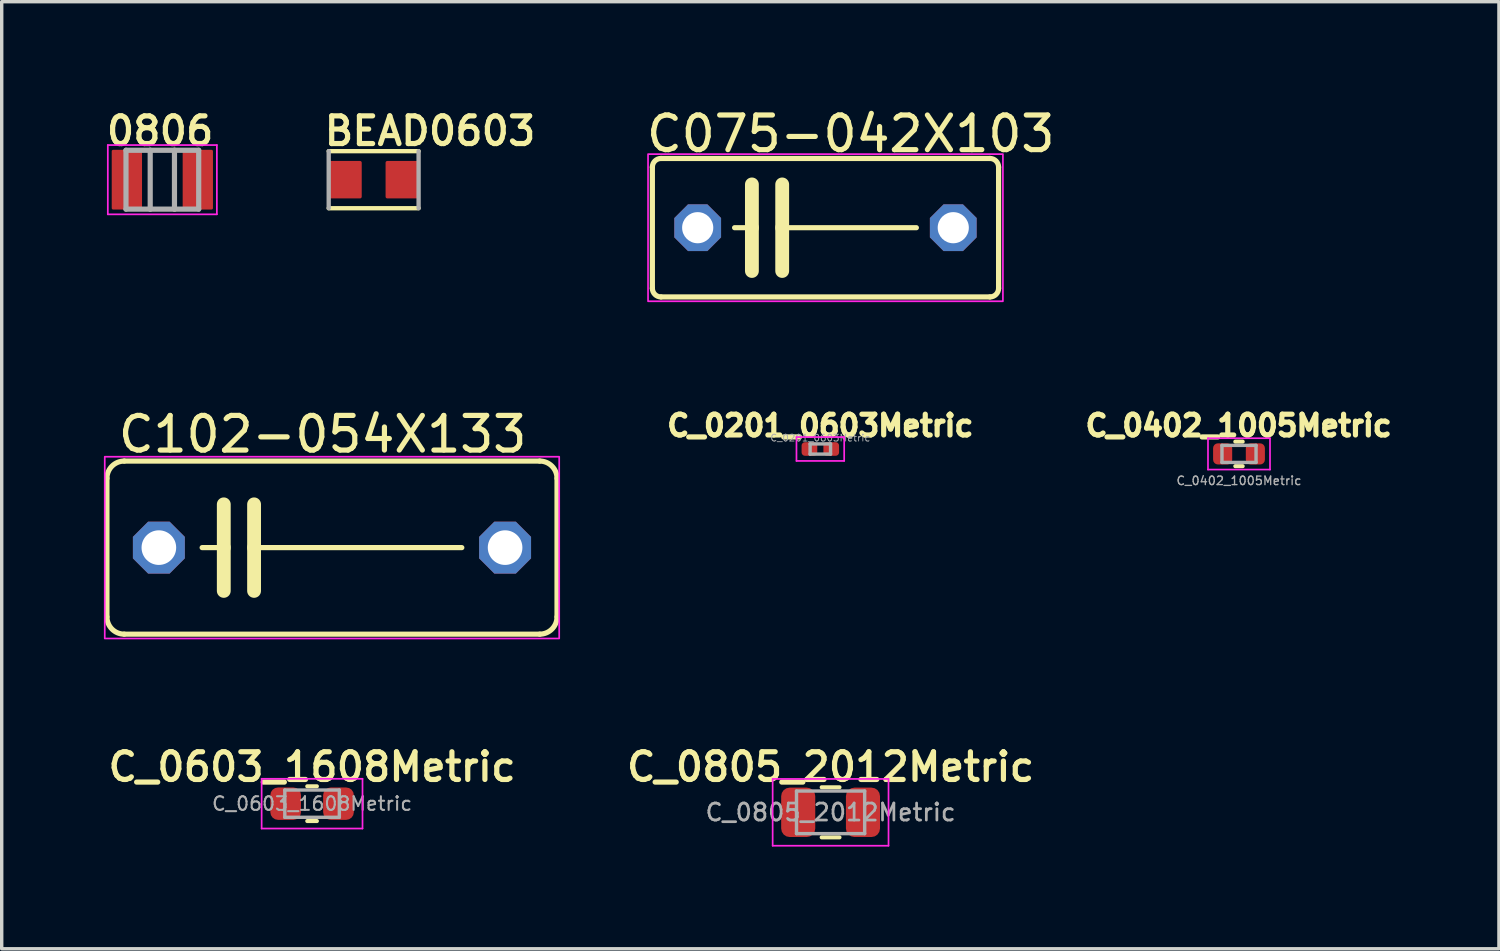
<source format=kicad_pcb>
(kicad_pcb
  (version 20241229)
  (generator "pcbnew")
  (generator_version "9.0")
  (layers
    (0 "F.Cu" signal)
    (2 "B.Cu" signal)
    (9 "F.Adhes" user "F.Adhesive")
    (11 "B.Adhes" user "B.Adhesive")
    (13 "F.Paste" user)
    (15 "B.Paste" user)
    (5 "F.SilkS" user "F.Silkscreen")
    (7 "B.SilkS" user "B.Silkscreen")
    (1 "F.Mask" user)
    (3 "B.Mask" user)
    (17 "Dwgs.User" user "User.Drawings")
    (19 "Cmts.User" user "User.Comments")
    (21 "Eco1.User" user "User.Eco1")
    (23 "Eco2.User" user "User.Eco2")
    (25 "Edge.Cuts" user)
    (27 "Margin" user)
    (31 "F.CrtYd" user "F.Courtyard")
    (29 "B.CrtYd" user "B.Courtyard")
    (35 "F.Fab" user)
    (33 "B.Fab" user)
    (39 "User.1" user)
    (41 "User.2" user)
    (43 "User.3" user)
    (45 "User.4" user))
  (footprint "C_0201_0603Metric"
    (layer "F.Cu")
    (at 21.023 10.126)
    (property "Reference" "C_0201_0603Metric" (at 0 -0.686 0) (layer "F.SilkS") (effects (font (size 0.61 0.61) (thickness 0.152) (bold yes))))
    (attr smd)
    (fp_line (start -0.7 -0.35) (end 0.7 -0.35) (stroke (width 0.05) (type solid)) (layer "F.CrtYd"))
    (fp_line (start -0.7 0.35) (end -0.7 -0.35) (stroke (width 0.05) (type solid)) (layer "F.CrtYd"))
    (fp_line (start 0.7 -0.35) (end 0.7 0.35) (stroke (width 0.05) (type solid)) (layer "F.CrtYd"))
    (fp_line (start 0.7 0.35) (end -0.7 0.35) (stroke (width 0.05) (type solid)) (layer "F.CrtYd"))
    (fp_line (start -0.3 -0.15) (end 0.3 -0.15) (stroke (width 0.1) (type solid)) (layer "F.Fab"))
    (fp_line (start -0.3 0.15) (end -0.3 -0.15) (stroke (width 0.1) (type solid)) (layer "F.Fab"))
    (fp_line (start 0.3 -0.15) (end 0.3 0.15) (stroke (width 0.1) (type solid)) (layer "F.Fab"))
    (fp_line (start 0.3 0.15) (end -0.3 0.15) (stroke (width 0.1) (type solid)) (layer "F.Fab"))
    (fp_text user "${REFERENCE}" (at 0 -0.325 0) (layer "F.Fab") (effects (font (size 0.2 0.2) (thickness 0.025))))
    (pad "" smd roundrect (at -0.345 0) (size 0.318 0.36) (layers "F.Paste") (roundrect_rratio 0.25))
    (pad "" smd roundrect (at 0.345 0) (size 0.318 0.36) (layers "F.Paste") (roundrect_rratio 0.25))
    (pad "1" smd roundrect (at -0.32 0) (size 0.46 0.4) (layers "F.Cu" "F.Mask") (roundrect_rratio 0.25))
    (pad "2" smd roundrect (at 0.32 0) (size 0.46 0.4) (layers "F.Cu" "F.Mask") (roundrect_rratio 0.25)))
  (footprint "0806"
    (layer "F.Cu")
    (at 1.714 2.223)
    (property "Reference" "0806" (at -1.714 -0.953 180) (layer "F.SilkS") (effects (font (size 0.813 0.813) (thickness 0.152)) (justify left bottom)))
    (attr smd)
    (fp_line (start -1.6 -1.016) (end 1.6 -1.016) (stroke (width 0.051) (type solid)) (layer "F.CrtYd"))
    (fp_line (start -1.6 1.016) (end -1.6 -1.016) (stroke (width 0.051) (type solid)) (layer "F.CrtYd"))
    (fp_line (start 1.6 -1.016) (end 1.6 1.016) (stroke (width 0.051) (type solid)) (layer "F.CrtYd"))
    (fp_line (start 1.6 1.016) (end -1.6 1.016) (stroke (width 0.051) (type solid)) (layer "F.CrtYd"))
    (fp_line (start -1.067 -0.864) (end -1.067 0.864) (stroke (width 0.152) (type solid)) (layer "F.Fab"))
    (fp_line (start -1.067 0.864) (end -0.356 0.864) (stroke (width 0.152) (type solid)) (layer "F.Fab"))
    (fp_line (start -0.356 -0.864) (end -1.067 -0.864) (stroke (width 0.152) (type solid)) (layer "F.Fab"))
    (fp_line (start -0.356 0.864) (end -0.356 -0.864) (stroke (width 0.152) (type solid)) (layer "F.Fab"))
    (fp_line (start -0.356 0.864) (end 0.356 0.864) (stroke (width 0.152) (type solid)) (layer "F.Fab"))
    (fp_line (start 0.356 -0.864) (end -0.356 -0.864) (stroke (width 0.152) (type solid)) (layer "F.Fab"))
    (fp_line (start 0.356 -0.864) (end 0.356 0.864) (stroke (width 0.152) (type solid)) (layer "F.Fab"))
    (fp_line (start 0.356 0.864) (end 1.067 0.864) (stroke (width 0.152) (type solid)) (layer "F.Fab"))
    (fp_line (start 1.067 -0.864) (end 0.356 -0.864) (stroke (width 0.152) (type solid)) (layer "F.Fab"))
    (fp_line (start 1.067 0.864) (end 1.067 -0.864) (stroke (width 0.152) (type solid)) (layer "F.Fab"))
    (pad "1" smd roundrect (at -1.041 0) (size 0.889 1.753) (layers "F.Cu" "F.Mask" "F.Paste") (roundrect_rratio 0.048))
    (pad "2" smd roundrect (at 1.041 0) (size 0.889 1.753) (layers "F.Cu" "F.Mask" "F.Paste") (roundrect_rratio 0.048)))
  (footprint "C102-054X133"
    (layer "F.Cu")
    (at 6.692 13.02)
    (property "Reference" "C102-054X133" (at -6.35 -2.731 0) (layer "F.SilkS") (effects (font (size 1.016 1.016) (thickness 0.152)) (justify left bottom)))
    (attr through_hole)
    (fp_line (start -6.604 2.032) (end -6.604 -2.032) (stroke (width 0.152) (type solid)) (layer "F.SilkS"))
    (fp_line (start -6.096 -2.54) (end 6.096 -2.54) (stroke (width 0.152) (type solid)) (layer "F.SilkS"))
    (fp_line (start -3.81 0) (end -3.175 0) (stroke (width 0.152) (type solid)) (layer "F.SilkS"))
    (fp_line (start -3.175 -1.27) (end -3.175 0) (stroke (width 0.406) (type solid)) (layer "F.SilkS"))
    (fp_line (start -3.175 0) (end -3.175 1.27) (stroke (width 0.406) (type solid)) (layer "F.SilkS"))
    (fp_line (start -2.286 -1.27) (end -2.286 0) (stroke (width 0.406) (type solid)) (layer "F.SilkS"))
    (fp_line (start -2.286 0) (end -2.286 1.27) (stroke (width 0.406) (type solid)) (layer "F.SilkS"))
    (fp_line (start 3.81 0) (end -2.286 0) (stroke (width 0.152) (type solid)) (layer "F.SilkS"))
    (fp_line (start 6.096 2.54) (end -6.096 2.54) (stroke (width 0.152) (type solid)) (layer "F.SilkS"))
    (fp_line (start 6.604 -2.032) (end 6.604 2.032) (stroke (width 0.152) (type solid)) (layer "F.SilkS"))
    (fp_arc (start -6.604 -2.032) (mid -6.45521 -2.39121) (end -6.096 -2.54) (stroke (width 0.1524) (type solid)) (layer "F.SilkS"))
    (fp_arc (start -6.096 2.54) (mid -6.45521 2.39121) (end -6.604 2.032) (stroke (width 0.1524) (type solid)) (layer "F.SilkS"))
    (fp_arc (start 6.096 -2.54) (mid 6.45521 -2.39121) (end 6.604 -2.032) (stroke (width 0.1524) (type solid)) (layer "F.SilkS"))
    (fp_arc (start 6.604 2.032) (mid 6.45521 2.39121) (end 6.096 2.54) (stroke (width 0.1524) (type solid)) (layer "F.SilkS"))
    (fp_rect (start -6.668 -2.667) (end 6.668 2.667) (stroke (width 0.05) (type default)) (fill no) (layer "F.CrtYd"))
    (pad "1" thru_hole roundrect (at -5.08 0) (size 1.524 1.524) (drill 1.016) (layers "*.Cu" "*.Mask") (roundrect_rratio 0.25) (chamfer_ratio 0.293) (chamfer top_left top_right bottom_left bottom_right))
    (pad "2" thru_hole roundrect (at 5.08 0) (size 1.524 1.524) (drill 1.016) (layers "*.Cu" "*.Mask") (roundrect_rratio 0.25) (chamfer_ratio 0.293) (chamfer top_left top_right bottom_left bottom_right)))
  (footprint "C_0805_2012Metric"
    (layer "F.Cu")
    (at 21.324 20.788)
    (property "Reference" "C_0805_2012Metric" (at 0 -1.333 0) (layer "F.SilkS") (effects (font (size 0.813 0.813) (thickness 0.152) (bold yes))))
    (attr smd)
    (fp_line (start -0.261 -0.735) (end 0.261 -0.735) (stroke (width 0.12) (type solid)) (layer "F.SilkS"))
    (fp_line (start -0.261 0.735) (end 0.261 0.735) (stroke (width 0.12) (type solid)) (layer "F.SilkS"))
    (fp_line (start -1.7 -0.98) (end 1.7 -0.98) (stroke (width 0.05) (type solid)) (layer "F.CrtYd"))
    (fp_line (start -1.7 0.98) (end -1.7 -0.98) (stroke (width 0.05) (type solid)) (layer "F.CrtYd"))
    (fp_line (start 1.7 -0.98) (end 1.7 0.98) (stroke (width 0.05) (type solid)) (layer "F.CrtYd"))
    (fp_line (start 1.7 0.98) (end -1.7 0.98) (stroke (width 0.05) (type solid)) (layer "F.CrtYd"))
    (fp_line (start -1 -0.625) (end 1 -0.625) (stroke (width 0.1) (type solid)) (layer "F.Fab"))
    (fp_line (start -1 0.625) (end -1 -0.625) (stroke (width 0.1) (type solid)) (layer "F.Fab"))
    (fp_line (start 1 -0.625) (end 1 0.625) (stroke (width 0.1) (type solid)) (layer "F.Fab"))
    (fp_line (start 1 0.625) (end -1 0.625) (stroke (width 0.1) (type solid)) (layer "F.Fab"))
    (fp_text user "${REFERENCE}" (at 0 0 0) (layer "F.Fab") (effects (font (size 0.5 0.5) (thickness 0.08))))
    (pad "1" smd roundrect (at -0.95 0) (size 1 1.45) (layers "F.Cu" "F.Mask" "F.Paste") (roundrect_rratio 0.25))
    (pad "2" smd roundrect (at 0.95 0) (size 1 1.45) (layers "F.Cu" "F.Mask" "F.Paste") (roundrect_rratio 0.25)))
  (footprint "C_0402_1005Metric"
    (layer "F.Cu")
    (at 33.309 10.27)
    (property "Reference" "C_0402_1005Metric" (at -0.01 -0.83 0) (layer "F.SilkS") (effects (font (size 0.61 0.61) (thickness 0.152) (bold yes))))
    (attr smd)
    (fp_line (start -0.108 -0.36) (end 0.108 -0.36) (stroke (width 0.12) (type solid)) (layer "F.SilkS"))
    (fp_line (start -0.108 0.36) (end 0.108 0.36) (stroke (width 0.12) (type solid)) (layer "F.SilkS"))
    (fp_line (start -0.91 -0.46) (end 0.91 -0.46) (stroke (width 0.05) (type solid)) (layer "F.CrtYd"))
    (fp_line (start -0.91 0.46) (end -0.91 -0.46) (stroke (width 0.05) (type solid)) (layer "F.CrtYd"))
    (fp_line (start 0.91 -0.46) (end 0.91 0.46) (stroke (width 0.05) (type solid)) (layer "F.CrtYd"))
    (fp_line (start 0.91 0.46) (end -0.91 0.46) (stroke (width 0.05) (type solid)) (layer "F.CrtYd"))
    (fp_line (start -0.5 -0.25) (end 0.5 -0.25) (stroke (width 0.1) (type solid)) (layer "F.Fab"))
    (fp_line (start -0.5 0.25) (end -0.5 -0.25) (stroke (width 0.1) (type solid)) (layer "F.Fab"))
    (fp_line (start 0.5 -0.25) (end 0.5 0.25) (stroke (width 0.1) (type solid)) (layer "F.Fab"))
    (fp_line (start 0.5 0.25) (end -0.5 0.25) (stroke (width 0.1) (type solid)) (layer "F.Fab"))
    (fp_text user "${REFERENCE}" (at 0 0.787 0) (layer "F.Fab") (effects (font (size 0.25 0.25) (thickness 0.04))))
    (pad "1" smd roundrect (at -0.48 0) (size 0.56 0.62) (layers "F.Cu" "F.Mask" "F.Paste") (roundrect_rratio 0.25))
    (pad "2" smd roundrect (at 0.48 0) (size 0.56 0.62) (layers "F.Cu" "F.Mask" "F.Paste") (roundrect_rratio 0.25)))
  (footprint "BEAD0603"
    (layer "F.Cu")
    (at 7.915 2.223)
    (property "Reference" "BEAD0603" (at -1.524 -0.953 0) (layer "F.SilkS") (effects (font (size 0.813 0.813) (thickness 0.152)) (justify left bottom)))
    (attr smd)
    (fp_line (start -1.319 0.837) (end 1.319 0.837) (stroke (width 0.127) (type solid)) (layer "F.SilkS"))
    (fp_line (start 1.319 -0.837) (end -1.319 -0.837) (stroke (width 0.127) (type solid)) (layer "F.SilkS"))
    (fp_line (start -1.319 -0.837) (end -1.319 0.837) (stroke (width 0.127) (type solid)) (layer "F.Fab"))
    (fp_line (start 1.319 0.837) (end 1.319 -0.837) (stroke (width 0.127) (type solid)) (layer "F.Fab"))
    (pad "1" smd roundrect (at -0.85 0) (size 1 1.1) (layers "F.Cu" "F.Mask" "F.Paste") (roundrect_rratio 0.051))
    (pad "2" smd roundrect (at 0.85 0) (size 1 1.1) (layers "F.Cu" "F.Mask" "F.Paste") (roundrect_rratio 0.051)))
  (footprint "C075-042X103"
    (layer "F.Cu")
    (at 21.174 3.632)
    (property "Reference" "C075-042X103" (at -5.334 -2.159 0) (layer "F.SilkS") (effects (font (size 1.016 1.016) (thickness 0.152)) (justify left bottom)))
    (attr through_hole)
    (fp_line (start -5.08 -1.778) (end -5.08 1.778) (stroke (width 0.152) (type solid)) (layer "F.SilkS"))
    (fp_line (start -4.826 2.032) (end 4.826 2.032) (stroke (width 0.152) (type solid)) (layer "F.SilkS"))
    (fp_line (start -2.667 0) (end -2.159 0) (stroke (width 0.152) (type solid)) (layer "F.SilkS"))
    (fp_line (start -2.159 -1.27) (end -2.159 0) (stroke (width 0.406) (type solid)) (layer "F.SilkS"))
    (fp_line (start -2.159 0) (end -2.159 1.27) (stroke (width 0.406) (type solid)) (layer "F.SilkS"))
    (fp_line (start -1.27 -1.27) (end -1.27 0) (stroke (width 0.406) (type solid)) (layer "F.SilkS"))
    (fp_line (start -1.27 0) (end -1.27 1.27) (stroke (width 0.406) (type solid)) (layer "F.SilkS"))
    (fp_line (start -1.27 0) (end 2.667 0) (stroke (width 0.152) (type solid)) (layer "F.SilkS"))
    (fp_line (start 4.826 -2.032) (end -4.826 -2.032) (stroke (width 0.152) (type solid)) (layer "F.SilkS"))
    (fp_line (start 5.08 1.778) (end 5.08 -1.778) (stroke (width 0.152) (type solid)) (layer "F.SilkS"))
    (fp_arc (start -5.08 -1.778) (mid -5.005605 -1.957605) (end -4.826 -2.032) (stroke (width 0.1524) (type solid)) (layer "F.SilkS"))
    (fp_arc (start -4.826 2.032) (mid -5.005605 1.957605) (end -5.08 1.778) (stroke (width 0.1524) (type solid)) (layer "F.SilkS"))
    (fp_arc (start 4.826 -2.032) (mid 5.005605 -1.957605) (end 5.08 -1.778) (stroke (width 0.1524) (type solid)) (layer "F.SilkS"))
    (fp_arc (start 5.08 1.778) (mid 5.005605 1.957605) (end 4.826 2.032) (stroke (width 0.1524) (type solid)) (layer "F.SilkS"))
    (fp_rect (start -5.207 -2.159) (end 5.207 2.159) (stroke (width 0.05) (type default)) (fill no) (layer "F.CrtYd"))
    (pad "1" thru_hole roundrect (at -3.75 0) (size 1.372 1.372) (drill 0.914) (layers "*.Cu" "*.Mask") (roundrect_rratio 0.25) (chamfer_ratio 0.293) (chamfer top_left top_right bottom_left bottom_right))
    (pad "2" thru_hole roundrect (at 3.75 0) (size 1.372 1.372) (drill 0.914) (layers "*.Cu" "*.Mask") (roundrect_rratio 0.25) (chamfer_ratio 0.293) (chamfer top_left top_right bottom_left bottom_right)))
  (footprint "C_0603_1608Metric"
    (layer "F.Cu")
    (at 6.108 20.534)
    (property "Reference" "C_0603_1608Metric" (at 0 -1.079 0) (layer "F.SilkS") (effects (font (size 0.813 0.813) (thickness 0.152) (bold yes))))
    (attr smd)
    (fp_line (start -0.141 -0.51) (end 0.141 -0.51) (stroke (width 0.12) (type solid)) (layer "F.SilkS"))
    (fp_line (start -0.141 0.51) (end 0.141 0.51) (stroke (width 0.12) (type solid)) (layer "F.SilkS"))
    (fp_line (start -1.48 -0.73) (end 1.48 -0.73) (stroke (width 0.05) (type solid)) (layer "F.CrtYd"))
    (fp_line (start -1.48 0.73) (end -1.48 -0.73) (stroke (width 0.05) (type solid)) (layer "F.CrtYd"))
    (fp_line (start 1.48 -0.73) (end 1.48 0.73) (stroke (width 0.05) (type solid)) (layer "F.CrtYd"))
    (fp_line (start 1.48 0.73) (end -1.48 0.73) (stroke (width 0.05) (type solid)) (layer "F.CrtYd"))
    (fp_line (start -0.8 -0.4) (end 0.8 -0.4) (stroke (width 0.1) (type solid)) (layer "F.Fab"))
    (fp_line (start -0.8 0.4) (end -0.8 -0.4) (stroke (width 0.1) (type solid)) (layer "F.Fab"))
    (fp_line (start 0.8 -0.4) (end 0.8 0.4) (stroke (width 0.1) (type solid)) (layer "F.Fab"))
    (fp_line (start 0.8 0.4) (end -0.8 0.4) (stroke (width 0.1) (type solid)) (layer "F.Fab"))
    (fp_text user "${REFERENCE}" (at 0 0 0) (layer "F.Fab") (effects (font (size 0.4 0.4) (thickness 0.06))))
    (pad "1" smd roundrect (at -0.775 0) (size 0.9 0.95) (layers "F.Cu" "F.Mask" "F.Paste") (roundrect_rratio 0.25))
    (pad "2" smd roundrect (at 0.775 0) (size 0.9 0.95) (layers "F.Cu" "F.Mask" "F.Paste") (roundrect_rratio 0.25)))
  (gr_rect
    (start -3 -3)
    (end 40.937 24.793)
    (stroke (width 0.1) (type default))
    (fill no)
    (layer "Edge.Cuts")))
</source>
